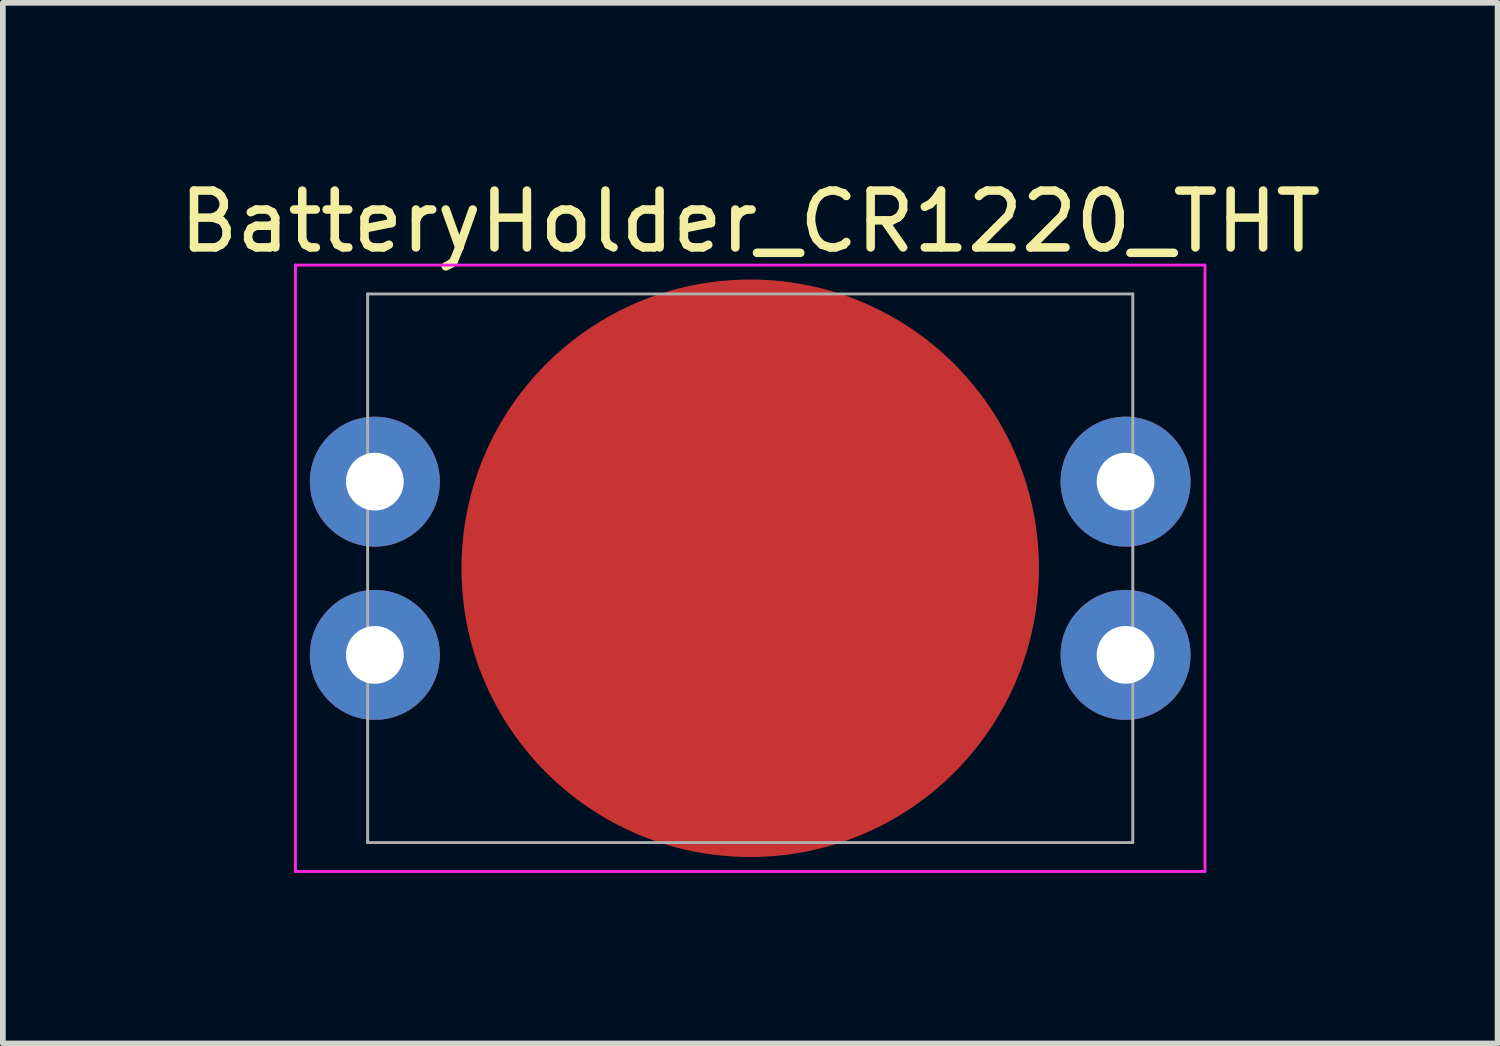
<source format=kicad_pcb>
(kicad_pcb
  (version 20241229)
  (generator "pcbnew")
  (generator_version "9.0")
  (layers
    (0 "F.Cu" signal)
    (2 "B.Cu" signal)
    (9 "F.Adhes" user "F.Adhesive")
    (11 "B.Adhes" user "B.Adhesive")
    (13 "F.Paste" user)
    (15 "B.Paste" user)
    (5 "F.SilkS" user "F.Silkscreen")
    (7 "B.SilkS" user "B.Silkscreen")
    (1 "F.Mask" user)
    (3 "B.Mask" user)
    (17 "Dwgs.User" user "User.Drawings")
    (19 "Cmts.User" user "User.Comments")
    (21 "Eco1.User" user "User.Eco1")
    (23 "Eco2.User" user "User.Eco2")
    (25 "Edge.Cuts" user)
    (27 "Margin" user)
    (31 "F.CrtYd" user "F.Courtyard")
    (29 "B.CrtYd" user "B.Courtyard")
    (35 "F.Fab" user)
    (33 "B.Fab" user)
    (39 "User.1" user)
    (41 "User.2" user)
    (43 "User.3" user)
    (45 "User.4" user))
  (footprint "BatteryHolder_CR1220_THT"
    (layer "F.Cu")
    (at 10.149 6.948)
    (property "Reference" "BatteryHolder_CR1220_THT" (at 0 -6.1 180) (layer "F.SilkS") (effects (font (size 1 1) (thickness 0.15))))
    (attr through_hole)
    (fp_line (start -8.001 -5.334) (end 8.001 -5.334) (stroke (width 0.051) (type solid)) (layer "F.CrtYd"))
    (fp_line (start -8.001 5.334) (end -8.001 -5.334) (stroke (width 0.051) (type solid)) (layer "F.CrtYd"))
    (fp_line (start -8.001 5.334) (end 8.001 5.334) (stroke (width 0.051) (type solid)) (layer "F.CrtYd"))
    (fp_line (start 8.001 5.334) (end 8.001 -5.334) (stroke (width 0.051) (type solid)) (layer "F.CrtYd"))
    (fp_line (start -6.731 -4.826) (end 6.731 -4.826) (stroke (width 0.051) (type solid)) (layer "F.Fab"))
    (fp_line (start -6.731 4.826) (end -6.731 -4.826) (stroke (width 0.051) (type solid)) (layer "F.Fab"))
    (fp_line (start -6.731 4.826) (end 6.731 4.826) (stroke (width 0.051) (type solid)) (layer "F.Fab"))
    (fp_line (start 6.731 4.826) (end 6.731 -4.826) (stroke (width 0.051) (type solid)) (layer "F.Fab"))
    (pad "1" thru_hole circle (at -6.604 -1.524) (size 2.286 2.286) (drill 1.016) (layers "*.Cu" "*.Mask"))
    (pad "1" thru_hole circle (at -6.604 1.524) (size 2.286 2.286) (drill 1.016) (layers "*.Cu" "*.Mask"))
    (pad "1" thru_hole circle (at 6.604 -1.524) (size 2.286 2.286) (drill 1.016) (layers "*.Cu" "*.Mask"))
    (pad "1" thru_hole circle (at 6.604 1.524) (size 2.286 2.286) (drill 1.016) (layers "*.Cu" "*.Mask"))
    (pad "2" smd circle (at 0 0) (size 10.16 10.16) (layers "F.Cu" "F.Mask")))
  (gr_rect
    (start -3 -3)
    (end 23.298 15.308)
    (stroke (width 0.1) (type default))
    (fill no)
    (layer "Edge.Cuts")))
</source>
